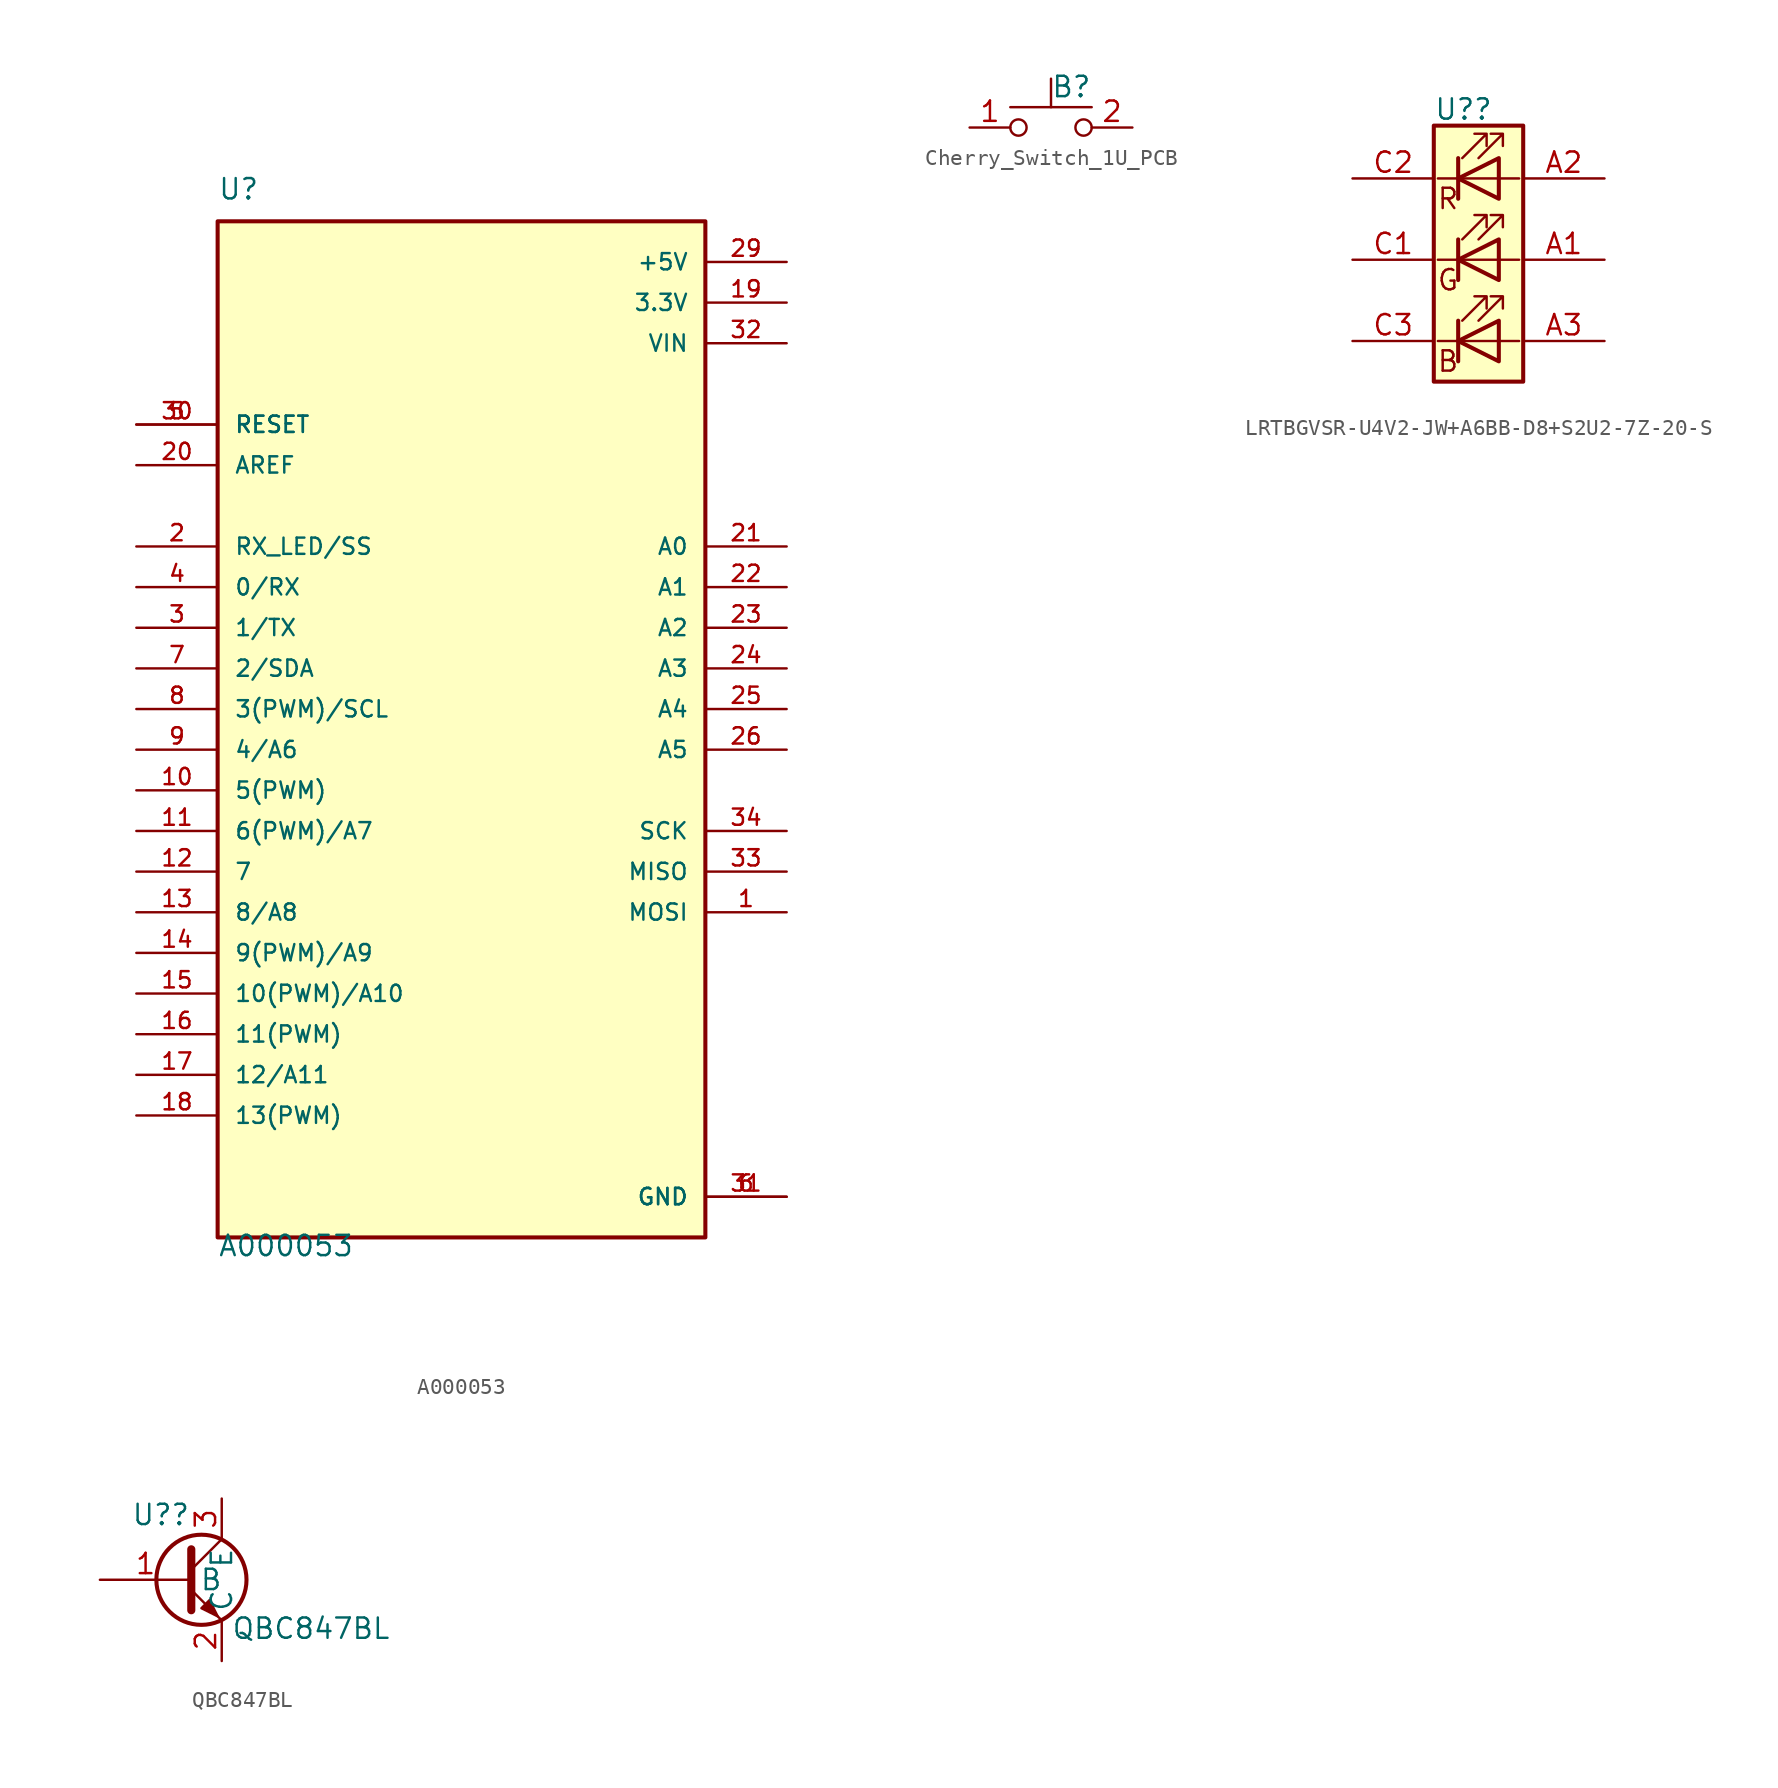
<source format=kicad_sym>
(kicad_symbol_lib
  (version 20211014)
  (generator kicad_symbol_editor)
  (symbol "A000053"
    (pin_names
      (offset 1.016))
    (property "Reference" "U"
      (at -15.24 31.75 0)
      (effects (font (size 1.27 1.27)) (justify left bottom)))
    (property "Value" "A000053"
      (at -15.24 -34.29 0)
      (effects (font (size 1.27 1.27)) (justify left bottom)))
    (symbol "A000053_0_0"
      (rectangle (start -15.24 -33.02) (end 15.24 30.48) (stroke (width 0.254) (type default) (color 0 0 0 0)) (fill (type background)))
      (pin bidirectional line (at 20.32 -12.7 180) (length 5.08) (name "MOSI" (effects (font (size 1.016 1.016)))) (number "1" (effects (font (size 1.016 1.016)))))
      (pin bidirectional line (at -20.32 -5.08 0) (length 5.08) (name "5(PWM)" (effects (font (size 1.016 1.016)))) (number "10" (effects (font (size 1.016 1.016)))))
      (pin bidirectional line (at -20.32 -7.62 0) (length 5.08) (name "6(PWM)/A7" (effects (font (size 1.016 1.016)))) (number "11" (effects (font (size 1.016 1.016)))))
      (pin bidirectional line (at -20.32 -10.16 0) (length 5.08) (name "7" (effects (font (size 1.016 1.016)))) (number "12" (effects (font (size 1.016 1.016)))))
      (pin bidirectional line (at -20.32 -12.7 0) (length 5.08) (name "8/A8" (effects (font (size 1.016 1.016)))) (number "13" (effects (font (size 1.016 1.016)))))
      (pin bidirectional line (at -20.32 -15.24 0) (length 5.08) (name "9(PWM)/A9" (effects (font (size 1.016 1.016)))) (number "14" (effects (font (size 1.016 1.016)))))
      (pin bidirectional line (at -20.32 -17.78 0) (length 5.08) (name "10(PWM)/A10" (effects (font (size 1.016 1.016)))) (number "15" (effects (font (size 1.016 1.016)))))
      (pin bidirectional line (at -20.32 -20.32 0) (length 5.08) (name "11(PWM)" (effects (font (size 1.016 1.016)))) (number "16" (effects (font (size 1.016 1.016)))))
      (pin bidirectional line (at -20.32 -22.86 0) (length 5.08) (name "12/A11" (effects (font (size 1.016 1.016)))) (number "17" (effects (font (size 1.016 1.016)))))
      (pin bidirectional line (at -20.32 -25.4 0) (length 5.08) (name "13(PWM)" (effects (font (size 1.016 1.016)))) (number "18" (effects (font (size 1.016 1.016)))))
      (pin power_in line (at 20.32 25.4 180) (length 5.08) (name "3.3V" (effects (font (size 1.016 1.016)))) (number "19" (effects (font (size 1.016 1.016)))))
      (pin bidirectional line (at -20.32 10.16 0) (length 5.08) (name "RX_LED/SS" (effects (font (size 1.016 1.016)))) (number "2" (effects (font (size 1.016 1.016)))))
      (pin input line (at -20.32 15.24 0) (length 5.08) (name "AREF" (effects (font (size 1.016 1.016)))) (number "20" (effects (font (size 1.016 1.016)))))
      (pin bidirectional line (at 20.32 10.16 180) (length 5.08) (name "A0" (effects (font (size 1.016 1.016)))) (number "21" (effects (font (size 1.016 1.016)))))
      (pin bidirectional line (at 20.32 7.62 180) (length 5.08) (name "A1" (effects (font (size 1.016 1.016)))) (number "22" (effects (font (size 1.016 1.016)))))
      (pin bidirectional line (at 20.32 5.08 180) (length 5.08) (name "A2" (effects (font (size 1.016 1.016)))) (number "23" (effects (font (size 1.016 1.016)))))
      (pin bidirectional line (at 20.32 2.54 180) (length 5.08) (name "A3" (effects (font (size 1.016 1.016)))) (number "24" (effects (font (size 1.016 1.016)))))
      (pin bidirectional line (at 20.32 0 180) (length 5.08) (name "A4" (effects (font (size 1.016 1.016)))) (number "25" (effects (font (size 1.016 1.016)))))
      (pin bidirectional line (at 20.32 -2.54 180) (length 5.08) (name "A5" (effects (font (size 1.016 1.016)))) (number "26" (effects (font (size 1.016 1.016)))))
      (pin power_in line (at 20.32 27.94 180) (length 5.08) (name "+5V" (effects (font (size 1.016 1.016)))) (number "29" (effects (font (size 1.016 1.016)))))
      (pin bidirectional line (at -20.32 5.08 0) (length 5.08) (name "1/TX" (effects (font (size 1.016 1.016)))) (number "3" (effects (font (size 1.016 1.016)))))
      (pin input line (at -20.32 17.78 0) (length 5.08) (name "RESET" (effects (font (size 1.016 1.016)))) (number "30" (effects (font (size 1.016 1.016)))))
      (pin power_in line (at 20.32 -30.48 180) (length 5.08) (name "GND" (effects (font (size 1.016 1.016)))) (number "31" (effects (font (size 1.016 1.016)))))
      (pin power_in line (at 20.32 22.86 180) (length 5.08) (name "VIN" (effects (font (size 1.016 1.016)))) (number "32" (effects (font (size 1.016 1.016)))))
      (pin bidirectional line (at 20.32 -10.16 180) (length 5.08) (name "MISO" (effects (font (size 1.016 1.016)))) (number "33" (effects (font (size 1.016 1.016)))))
      (pin bidirectional line (at 20.32 -7.62 180) (length 5.08) (name "SCK" (effects (font (size 1.016 1.016)))) (number "34" (effects (font (size 1.016 1.016)))))
      (pin bidirectional line (at -20.32 7.62 0) (length 5.08) (name "0/RX" (effects (font (size 1.016 1.016)))) (number "4" (effects (font (size 1.016 1.016)))))
      (pin input line (at -20.32 17.78 0) (length 5.08) (name "RESET" (effects (font (size 1.016 1.016)))) (number "5" (effects (font (size 1.016 1.016)))))
      (pin power_in line (at 20.32 -30.48 180) (length 5.08) (name "GND" (effects (font (size 1.016 1.016)))) (number "6" (effects (font (size 1.016 1.016)))))
      (pin bidirectional line (at -20.32 2.54 0) (length 5.08) (name "2/SDA" (effects (font (size 1.016 1.016)))) (number "7" (effects (font (size 1.016 1.016)))))
      (pin bidirectional line (at -20.32 0 0) (length 5.08) (name "3(PWM)/SCL" (effects (font (size 1.016 1.016)))) (number "8" (effects (font (size 1.016 1.016)))))
      (pin bidirectional line (at -20.32 -2.54 0) (length 5.08) (name "4/A6" (effects (font (size 1.016 1.016)))) (number "9" (effects (font (size 1.016 1.016)))))))
  (symbol "Cherry_Switch_1U_PCB"
    (property "Reference" "B"
      (at 1.27 2.54 0)
      (effects (font (size 1.27 1.27))))
    (symbol "Cherry_Switch_1U_PCB_0_1"
      (circle (center -2.032 0) (radius 0.508) (stroke (width 0) (type default) (color 0 0 0 0)) (fill (type none)))
      (polyline (pts (xy 0 1.27) (xy 0 3.048)) (stroke (width 0) (type default) (color 0 0 0 0)) (fill (type none)))
      (polyline (pts (xy 2.54 1.27) (xy -2.54 1.27)) (stroke (width 0) (type default) (color 0 0 0 0)) (fill (type none)))
      (circle (center 2.032 0) (radius 0.508) (stroke (width 0) (type default) (color 0 0 0 0)) (fill (type none))))
    (symbol "Cherry_Switch_1U_PCB_1_1"
      (pin passive line (at -5.08 0 0) (length 2.54) (name "" (effects (font (size 1.27 1.27)))) (number "1" (effects (font (size 1.27 1.27)))))
      (pin passive line (at 5.08 0 180) (length 2.54) (name "" (effects (font (size 1.27 1.27)))) (number "2" (effects (font (size 1.27 1.27)))))))
  (symbol "LRTBGVSR-U4V2-JW+A6BB-D8+S2U2-7Z-20-S"
    (pin_names
      (offset 0.762))
    (property "Reference" "U?"
      (at 0.254 9.144 0)
      (effects (font (size 1.27 1.27)) (justify left)))
    (symbol "LRTBGVSR-U4V2-JW+A6BB-D8+S2U2-7Z-20-S_0_0"
      (text "B" (at 1.143 -6.604 0) (effects (font (size 1.27 1.27))))
      (text "G" (at 1.143 -1.524 0) (effects (font (size 1.27 1.27))))
      (text "R" (at 1.143 3.556 0) (effects (font (size 1.27 1.27))))
      (pin passive line (at 10.922 -0.254 180) (length 5.08) (name "" (effects (font (size 1.27 1.27)))) (number "A1" (effects (font (size 1.27 1.27)))))
      (pin passive line (at 10.922 4.826 180) (length 5.08) (name "" (effects (font (size 1.27 1.27)))) (number "A2" (effects (font (size 1.27 1.27)))))
      (pin passive line (at 10.922 -5.334 180) (length 5.08) (name "" (effects (font (size 1.27 1.27)))) (number "A3" (effects (font (size 1.27 1.27)))))
      (pin passive line (at -4.826 -0.254 0) (length 5.08) (name "" (effects (font (size 1.27 1.27)))) (number "C1" (effects (font (size 1.27 1.27)))))
      (pin passive line (at -4.826 4.826 0) (length 5.08) (name "" (effects (font (size 1.27 1.27)))) (number "C2" (effects (font (size 1.27 1.27)))))
      (pin passive line (at -4.826 -5.334 0) (length 5.08) (name "" (effects (font (size 1.27 1.27)))) (number "C3" (effects (font (size 1.27 1.27))))))
    (symbol "LRTBGVSR-U4V2-JW+A6BB-D8+S2U2-7Z-20-S_0_1"
      (polyline (pts (xy 1.778 -5.334) (xy 0.508 -5.334)) (stroke (width 0) (type default) (color 0 0 0 0)) (fill (type none)))
      (polyline (pts (xy 1.778 -5.334) (xy 4.318 -5.334)) (stroke (width 0) (type default) (color 0 0 0 0)) (fill (type none)))
      (polyline (pts (xy 1.778 -4.064) (xy 1.778 -6.604)) (stroke (width 0.254) (type default) (color 0 0 0 0)) (fill (type none)))
      (polyline (pts (xy 1.778 -0.254) (xy 0.508 -0.254)) (stroke (width 0) (type default) (color 0 0 0 0)) (fill (type none)))
      (polyline (pts (xy 1.778 1.016) (xy 1.778 -1.524)) (stroke (width 0.254) (type default) (color 0 0 0 0)) (fill (type none)))
      (polyline (pts (xy 1.778 4.826) (xy 0.508 4.826)) (stroke (width 0) (type default) (color 0 0 0 0)) (fill (type none)))
      (polyline (pts (xy 1.778 4.826) (xy 4.318 4.826)) (stroke (width 0) (type default) (color 0 0 0 0)) (fill (type none)))
      (polyline (pts (xy 1.778 6.096) (xy 1.778 3.556)) (stroke (width 0.254) (type default) (color 0 0 0 0)) (fill (type none)))
      (polyline (pts (xy 4.318 -5.334) (xy 5.588 -5.334)) (stroke (width 0) (type default) (color 0 0 0 0)) (fill (type none)))
      (polyline (pts (xy 4.318 -0.254) (xy 1.778 -0.254)) (stroke (width 0) (type default) (color 0 0 0 0)) (fill (type none)))
      (polyline (pts (xy 4.318 -0.254) (xy 5.588 -0.254)) (stroke (width 0) (type default) (color 0 0 0 0)) (fill (type none)))
      (polyline (pts (xy 4.318 4.826) (xy 5.588 4.826)) (stroke (width 0) (type default) (color 0 0 0 0)) (fill (type none)))
      (polyline (pts (xy 1.778 1.016) (xy 1.778 -1.524) (xy 1.778 -1.524)) (stroke (width 0) (type default) (color 0 0 0 0)) (fill (type none)))
      (polyline (pts (xy 1.778 6.096) (xy 1.778 3.556) (xy 1.778 3.556)) (stroke (width 0) (type default) (color 0 0 0 0)) (fill (type none)))
      (polyline (pts (xy 4.318 -4.064) (xy 4.318 -6.604) (xy 1.778 -5.334) (xy 4.318 -4.064)) (stroke (width 0.254) (type default) (color 0 0 0 0)) (fill (type none)))
      (polyline (pts (xy 4.318 1.016) (xy 4.318 -1.524) (xy 1.778 -0.254) (xy 4.318 1.016)) (stroke (width 0.254) (type default) (color 0 0 0 0)) (fill (type none)))
      (polyline (pts (xy 4.318 6.096) (xy 4.318 3.556) (xy 1.778 4.826) (xy 4.318 6.096)) (stroke (width 0.254) (type default) (color 0 0 0 0)) (fill (type none)))
      (polyline (pts (xy 2.032 -4.064) (xy 3.556 -2.54) (xy 2.794 -2.54) (xy 3.556 -2.54) (xy 3.556 -3.302)) (stroke (width 0) (type default) (color 0 0 0 0)) (fill (type none)))
      (polyline (pts (xy 2.032 1.016) (xy 3.556 2.54) (xy 2.794 2.54) (xy 3.556 2.54) (xy 3.556 1.778)) (stroke (width 0) (type default) (color 0 0 0 0)) (fill (type none)))
      (polyline (pts (xy 2.032 6.096) (xy 3.556 7.62) (xy 2.794 7.62) (xy 3.556 7.62) (xy 3.556 6.858)) (stroke (width 0) (type default) (color 0 0 0 0)) (fill (type none)))
      (polyline (pts (xy 3.048 -4.064) (xy 4.572 -2.54) (xy 3.81 -2.54) (xy 4.572 -2.54) (xy 4.572 -3.302)) (stroke (width 0) (type default) (color 0 0 0 0)) (fill (type none)))
      (polyline (pts (xy 3.048 1.016) (xy 4.572 2.54) (xy 3.81 2.54) (xy 4.572 2.54) (xy 4.572 1.778)) (stroke (width 0) (type default) (color 0 0 0 0)) (fill (type none)))
      (polyline (pts (xy 3.048 6.096) (xy 4.572 7.62) (xy 3.81 7.62) (xy 4.572 7.62) (xy 4.572 6.858)) (stroke (width 0) (type default) (color 0 0 0 0)) (fill (type none)))
      (rectangle (start 4.318 -1.524) (end 4.318 1.016) (stroke (width 0) (type default) (color 0 0 0 0)) (fill (type none)))
      (rectangle (start 4.318 1.016) (end 4.318 1.016) (stroke (width 0) (type default) (color 0 0 0 0)) (fill (type none)))
      (rectangle (start 4.318 3.556) (end 4.318 6.096) (stroke (width 0) (type default) (color 0 0 0 0)) (fill (type none)))
      (rectangle (start 4.318 6.096) (end 4.318 6.096) (stroke (width 0) (type default) (color 0 0 0 0)) (fill (type none)))
      (rectangle (start 5.842 8.128) (end 0.254 -7.874) (stroke (width 0.254) (type default) (color 0 0 0 0)) (fill (type background)))))
  (symbol "QBC847BL"
    (property "Reference" "U?"
      (at -1.778 3.81 0)
      (effects (font (size 1.27 1.27))))
    (property "Value" "QBC847BL"
      (at 7.62 -3.302 0)
      (effects (font (size 1.27 1.27))))
    (symbol "QBC847BL_0_1"
      (polyline (pts (xy 0.127 0.381) (xy 2.032 2.286)) (stroke (width 0) (type default) (color 0 0 0 0)) (fill (type none)))
      (polyline (pts (xy 0.127 -0.889) (xy 2.032 -2.794) (xy 2.032 -2.794)) (stroke (width 0) (type default) (color 0 0 0 0)) (fill (type none)))
      (polyline (pts (xy 0.127 1.651) (xy 0.127 -2.159) (xy 0.127 -2.159)) (stroke (width 0.508) (type default) (color 0 0 0 0)) (fill (type none)))
      (polyline (pts (xy 0.762 -2.032) (xy 1.27 -1.524) (xy 1.778 -2.54) (xy 0.762 -2.032) (xy 0.762 -2.032)) (stroke (width 0) (type default) (color 0 0 0 0)) (fill (type outline)))
      (circle (center 0.762 -0.254) (radius 2.819) (stroke (width 0.254) (type default) (color 0 0 0 0)) (fill (type none))))
    (symbol "QBC847BL_1_1"
      (pin input line (at -5.588 -0.254 0) (length 5.715) (name "B" (effects (font (size 1.27 1.27)))) (number "1" (effects (font (size 1.27 1.27)))))
      (pin passive line (at 2.032 -5.334 90) (length 2.54) (name "C" (effects (font (size 1.27 1.27)))) (number "2" (effects (font (size 1.27 1.27)))))
      (pin passive line (at 2.032 4.826 270) (length 2.54) (name "E" (effects (font (size 1.27 1.27)))) (number "3" (effects (font (size 1.27 1.27))))))))
</source>
